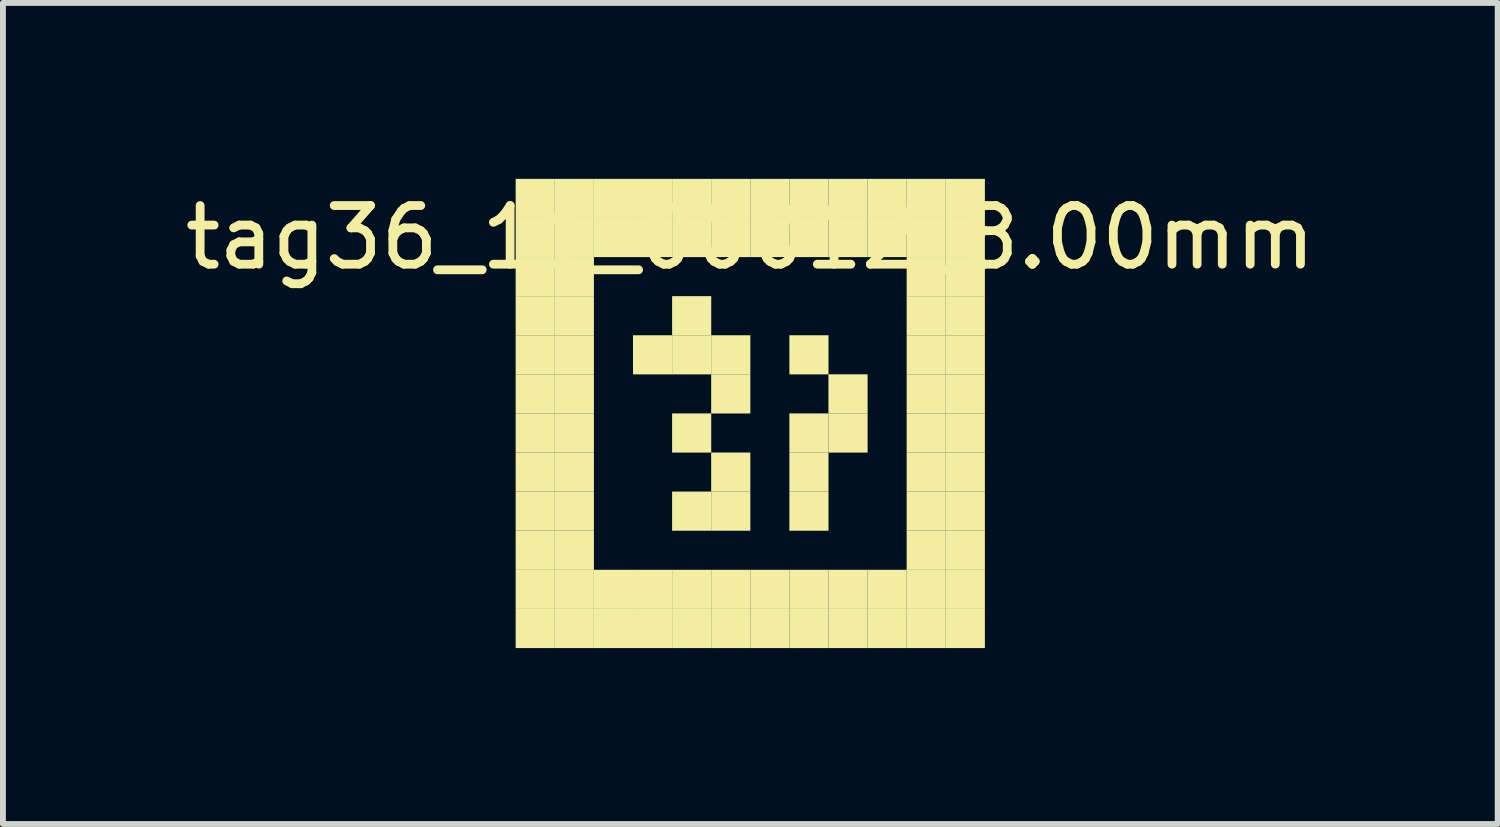
<source format=kicad_pcb>
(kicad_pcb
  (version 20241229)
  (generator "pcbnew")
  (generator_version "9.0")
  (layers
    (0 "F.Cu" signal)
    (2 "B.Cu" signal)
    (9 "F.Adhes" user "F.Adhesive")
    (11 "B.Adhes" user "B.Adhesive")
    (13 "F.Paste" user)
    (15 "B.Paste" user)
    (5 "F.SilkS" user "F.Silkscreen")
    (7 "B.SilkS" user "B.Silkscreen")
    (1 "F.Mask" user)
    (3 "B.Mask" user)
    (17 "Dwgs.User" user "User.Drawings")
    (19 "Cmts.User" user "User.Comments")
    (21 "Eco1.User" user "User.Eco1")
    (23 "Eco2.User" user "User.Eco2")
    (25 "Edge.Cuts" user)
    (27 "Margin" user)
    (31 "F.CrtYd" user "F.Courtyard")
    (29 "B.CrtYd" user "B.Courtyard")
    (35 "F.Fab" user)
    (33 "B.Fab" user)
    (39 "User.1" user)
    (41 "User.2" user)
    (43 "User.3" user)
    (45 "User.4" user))
  (footprint "tag36_11_00012_8.00mm"
    (layer "F.Cu")
    (at 9.744 4)
    (property "Reference" "tag36_11_00012_8.00mm" (at 0 -3 0) (layer "F.SilkS") (effects (font (size 1 1) (thickness 0.15))))
    (attr through_hole)
    (fp_poly (pts (xy -4 -4) (xy -3.333 -4) (xy -3.333 -3.333) (xy -4 -3.333)) (stroke (width 0.001) (type solid)) (fill yes) (layer "F.SilkS"))
    (fp_poly (pts (xy -4 -3.333) (xy -3.333 -3.333) (xy -3.333 -2.667) (xy -4 -2.667)) (stroke (width 0.001) (type solid)) (fill yes) (layer "F.SilkS"))
    (fp_poly (pts (xy -4 -2.667) (xy -3.333 -2.667) (xy -3.333 -2) (xy -4 -2)) (stroke (width 0.001) (type solid)) (fill yes) (layer "F.SilkS"))
    (fp_poly (pts (xy -4 -2) (xy -3.333 -2) (xy -3.333 -1.333) (xy -4 -1.333)) (stroke (width 0.001) (type solid)) (fill yes) (layer "F.SilkS"))
    (fp_poly (pts (xy -4 -1.333) (xy -3.333 -1.333) (xy -3.333 -0.667) (xy -4 -0.667)) (stroke (width 0.001) (type solid)) (fill yes) (layer "F.SilkS"))
    (fp_poly (pts (xy -4 -0.667) (xy -3.333 -0.667) (xy -3.333 0) (xy -4 0)) (stroke (width 0.001) (type solid)) (fill yes) (layer "F.SilkS"))
    (fp_poly (pts (xy -4 0) (xy -3.333 0) (xy -3.333 0.667) (xy -4 0.667)) (stroke (width 0.001) (type solid)) (fill yes) (layer "F.SilkS"))
    (fp_poly (pts (xy -4 0.667) (xy -3.333 0.667) (xy -3.333 1.333) (xy -4 1.333)) (stroke (width 0.001) (type solid)) (fill yes) (layer "F.SilkS"))
    (fp_poly (pts (xy -4 1.333) (xy -3.333 1.333) (xy -3.333 2) (xy -4 2)) (stroke (width 0.001) (type solid)) (fill yes) (layer "F.SilkS"))
    (fp_poly (pts (xy -4 2) (xy -3.333 2) (xy -3.333 2.667) (xy -4 2.667)) (stroke (width 0.001) (type solid)) (fill yes) (layer "F.SilkS"))
    (fp_poly (pts (xy -4 2.667) (xy -3.333 2.667) (xy -3.333 3.333) (xy -4 3.333)) (stroke (width 0.001) (type solid)) (fill yes) (layer "F.SilkS"))
    (fp_poly (pts (xy -4 3.333) (xy -3.333 3.333) (xy -3.333 4) (xy -4 4)) (stroke (width 0.001) (type solid)) (fill yes) (layer "F.SilkS"))
    (fp_poly (pts (xy -3.333 -4) (xy -2.667 -4) (xy -2.667 -3.333) (xy -3.333 -3.333)) (stroke (width 0.001) (type solid)) (fill yes) (layer "F.SilkS"))
    (fp_poly (pts (xy -3.333 -3.333) (xy -2.667 -3.333) (xy -2.667 -2.667) (xy -3.333 -2.667)) (stroke (width 0.001) (type solid)) (fill yes) (layer "F.SilkS"))
    (fp_poly (pts (xy -3.333 -2.667) (xy -2.667 -2.667) (xy -2.667 -2) (xy -3.333 -2)) (stroke (width 0.001) (type solid)) (fill yes) (layer "F.SilkS"))
    (fp_poly (pts (xy -3.333 -2) (xy -2.667 -2) (xy -2.667 -1.333) (xy -3.333 -1.333)) (stroke (width 0.001) (type solid)) (fill yes) (layer "F.SilkS"))
    (fp_poly (pts (xy -3.333 -1.333) (xy -2.667 -1.333) (xy -2.667 -0.667) (xy -3.333 -0.667)) (stroke (width 0.001) (type solid)) (fill yes) (layer "F.SilkS"))
    (fp_poly (pts (xy -3.333 -0.667) (xy -2.667 -0.667) (xy -2.667 0) (xy -3.333 0)) (stroke (width 0.001) (type solid)) (fill yes) (layer "F.SilkS"))
    (fp_poly (pts (xy -3.333 0) (xy -2.667 0) (xy -2.667 0.667) (xy -3.333 0.667)) (stroke (width 0.001) (type solid)) (fill yes) (layer "F.SilkS"))
    (fp_poly (pts (xy -3.333 0.667) (xy -2.667 0.667) (xy -2.667 1.333) (xy -3.333 1.333)) (stroke (width 0.001) (type solid)) (fill yes) (layer "F.SilkS"))
    (fp_poly (pts (xy -3.333 1.333) (xy -2.667 1.333) (xy -2.667 2) (xy -3.333 2)) (stroke (width 0.001) (type solid)) (fill yes) (layer "F.SilkS"))
    (fp_poly (pts (xy -3.333 2) (xy -2.667 2) (xy -2.667 2.667) (xy -3.333 2.667)) (stroke (width 0.001) (type solid)) (fill yes) (layer "F.SilkS"))
    (fp_poly (pts (xy -3.333 2.667) (xy -2.667 2.667) (xy -2.667 3.333) (xy -3.333 3.333)) (stroke (width 0.001) (type solid)) (fill yes) (layer "F.SilkS"))
    (fp_poly (pts (xy -3.333 3.333) (xy -2.667 3.333) (xy -2.667 4) (xy -3.333 4)) (stroke (width 0.001) (type solid)) (fill yes) (layer "F.SilkS"))
    (fp_poly (pts (xy -2.667 -4) (xy -2 -4) (xy -2 -3.333) (xy -2.667 -3.333)) (stroke (width 0.001) (type solid)) (fill yes) (layer "F.SilkS"))
    (fp_poly (pts (xy -2.667 -3.333) (xy -2 -3.333) (xy -2 -2.667) (xy -2.667 -2.667)) (stroke (width 0.001) (type solid)) (fill yes) (layer "F.SilkS"))
    (fp_poly (pts (xy -2.667 2.667) (xy -2 2.667) (xy -2 3.333) (xy -2.667 3.333)) (stroke (width 0.001) (type solid)) (fill yes) (layer "F.SilkS"))
    (fp_poly (pts (xy -2.667 3.333) (xy -2 3.333) (xy -2 4) (xy -2.667 4)) (stroke (width 0.001) (type solid)) (fill yes) (layer "F.SilkS"))
    (fp_poly (pts (xy -2 -4) (xy -1.333 -4) (xy -1.333 -3.333) (xy -2 -3.333)) (stroke (width 0.001) (type solid)) (fill yes) (layer "F.SilkS"))
    (fp_poly (pts (xy -2 -3.333) (xy -1.333 -3.333) (xy -1.333 -2.667) (xy -2 -2.667)) (stroke (width 0.001) (type solid)) (fill yes) (layer "F.SilkS"))
    (fp_poly (pts (xy -2 -1.333) (xy -1.333 -1.333) (xy -1.333 -0.667) (xy -2 -0.667)) (stroke (width 0.001) (type solid)) (fill yes) (layer "F.SilkS"))
    (fp_poly (pts (xy -2 2.667) (xy -1.333 2.667) (xy -1.333 3.333) (xy -2 3.333)) (stroke (width 0.001) (type solid)) (fill yes) (layer "F.SilkS"))
    (fp_poly (pts (xy -2 3.333) (xy -1.333 3.333) (xy -1.333 4) (xy -2 4)) (stroke (width 0.001) (type solid)) (fill yes) (layer "F.SilkS"))
    (fp_poly (pts (xy -1.333 -4) (xy -0.667 -4) (xy -0.667 -3.333) (xy -1.333 -3.333)) (stroke (width 0.001) (type solid)) (fill yes) (layer "F.SilkS"))
    (fp_poly (pts (xy -1.333 -3.333) (xy -0.667 -3.333) (xy -0.667 -2.667) (xy -1.333 -2.667)) (stroke (width 0.001) (type solid)) (fill yes) (layer "F.SilkS"))
    (fp_poly (pts (xy -1.333 -2) (xy -0.667 -2) (xy -0.667 -1.333) (xy -1.333 -1.333)) (stroke (width 0.001) (type solid)) (fill yes) (layer "F.SilkS"))
    (fp_poly (pts (xy -1.333 -1.333) (xy -0.667 -1.333) (xy -0.667 -0.667) (xy -1.333 -0.667)) (stroke (width 0.001) (type solid)) (fill yes) (layer "F.SilkS"))
    (fp_poly (pts (xy -1.333 0) (xy -0.667 0) (xy -0.667 0.667) (xy -1.333 0.667)) (stroke (width 0.001) (type solid)) (fill yes) (layer "F.SilkS"))
    (fp_poly (pts (xy -1.333 1.333) (xy -0.667 1.333) (xy -0.667 2) (xy -1.333 2)) (stroke (width 0.001) (type solid)) (fill yes) (layer "F.SilkS"))
    (fp_poly (pts (xy -1.333 2.667) (xy -0.667 2.667) (xy -0.667 3.333) (xy -1.333 3.333)) (stroke (width 0.001) (type solid)) (fill yes) (layer "F.SilkS"))
    (fp_poly (pts (xy -1.333 3.333) (xy -0.667 3.333) (xy -0.667 4) (xy -1.333 4)) (stroke (width 0.001) (type solid)) (fill yes) (layer "F.SilkS"))
    (fp_poly (pts (xy -0.667 -4) (xy 0 -4) (xy 0 -3.333) (xy -0.667 -3.333)) (stroke (width 0.001) (type solid)) (fill yes) (layer "F.SilkS"))
    (fp_poly (pts (xy -0.667 -3.333) (xy 0 -3.333) (xy 0 -2.667) (xy -0.667 -2.667)) (stroke (width 0.001) (type solid)) (fill yes) (layer "F.SilkS"))
    (fp_poly (pts (xy -0.667 -1.333) (xy 0 -1.333) (xy 0 -0.667) (xy -0.667 -0.667)) (stroke (width 0.001) (type solid)) (fill yes) (layer "F.SilkS"))
    (fp_poly (pts (xy -0.667 -0.667) (xy 0 -0.667) (xy 0 0) (xy -0.667 0)) (stroke (width 0.001) (type solid)) (fill yes) (layer "F.SilkS"))
    (fp_poly (pts (xy -0.667 0.667) (xy 0 0.667) (xy 0 1.333) (xy -0.667 1.333)) (stroke (width 0.001) (type solid)) (fill yes) (layer "F.SilkS"))
    (fp_poly (pts (xy -0.667 1.333) (xy 0 1.333) (xy 0 2) (xy -0.667 2)) (stroke (width 0.001) (type solid)) (fill yes) (layer "F.SilkS"))
    (fp_poly (pts (xy -0.667 2.667) (xy 0 2.667) (xy 0 3.333) (xy -0.667 3.333)) (stroke (width 0.001) (type solid)) (fill yes) (layer "F.SilkS"))
    (fp_poly (pts (xy -0.667 3.333) (xy 0 3.333) (xy 0 4) (xy -0.667 4)) (stroke (width 0.001) (type solid)) (fill yes) (layer "F.SilkS"))
    (fp_poly (pts (xy 0 -4) (xy 0.667 -4) (xy 0.667 -3.333) (xy 0 -3.333)) (stroke (width 0.001) (type solid)) (fill yes) (layer "F.SilkS"))
    (fp_poly (pts (xy 0 -3.333) (xy 0.667 -3.333) (xy 0.667 -2.667) (xy 0 -2.667)) (stroke (width 0.001) (type solid)) (fill yes) (layer "F.SilkS"))
    (fp_poly (pts (xy 0 2.667) (xy 0.667 2.667) (xy 0.667 3.333) (xy 0 3.333)) (stroke (width 0.001) (type solid)) (fill yes) (layer "F.SilkS"))
    (fp_poly (pts (xy 0 3.333) (xy 0.667 3.333) (xy 0.667 4) (xy 0 4)) (stroke (width 0.001) (type solid)) (fill yes) (layer "F.SilkS"))
    (fp_poly (pts (xy 0.667 -4) (xy 1.333 -4) (xy 1.333 -3.333) (xy 0.667 -3.333)) (stroke (width 0.001) (type solid)) (fill yes) (layer "F.SilkS"))
    (fp_poly (pts (xy 0.667 -3.333) (xy 1.333 -3.333) (xy 1.333 -2.667) (xy 0.667 -2.667)) (stroke (width 0.001) (type solid)) (fill yes) (layer "F.SilkS"))
    (fp_poly (pts (xy 0.667 -1.333) (xy 1.333 -1.333) (xy 1.333 -0.667) (xy 0.667 -0.667)) (stroke (width 0.001) (type solid)) (fill yes) (layer "F.SilkS"))
    (fp_poly (pts (xy 0.667 0) (xy 1.333 0) (xy 1.333 0.667) (xy 0.667 0.667)) (stroke (width 0.001) (type solid)) (fill yes) (layer "F.SilkS"))
    (fp_poly (pts (xy 0.667 0.667) (xy 1.333 0.667) (xy 1.333 1.333) (xy 0.667 1.333)) (stroke (width 0.001) (type solid)) (fill yes) (layer "F.SilkS"))
    (fp_poly (pts (xy 0.667 1.333) (xy 1.333 1.333) (xy 1.333 2) (xy 0.667 2)) (stroke (width 0.001) (type solid)) (fill yes) (layer "F.SilkS"))
    (fp_poly (pts (xy 0.667 2.667) (xy 1.333 2.667) (xy 1.333 3.333) (xy 0.667 3.333)) (stroke (width 0.001) (type solid)) (fill yes) (layer "F.SilkS"))
    (fp_poly (pts (xy 0.667 3.333) (xy 1.333 3.333) (xy 1.333 4) (xy 0.667 4)) (stroke (width 0.001) (type solid)) (fill yes) (layer "F.SilkS"))
    (fp_poly (pts (xy 1.333 -4) (xy 2 -4) (xy 2 -3.333) (xy 1.333 -3.333)) (stroke (width 0.001) (type solid)) (fill yes) (layer "F.SilkS"))
    (fp_poly (pts (xy 1.333 -3.333) (xy 2 -3.333) (xy 2 -2.667) (xy 1.333 -2.667)) (stroke (width 0.001) (type solid)) (fill yes) (layer "F.SilkS"))
    (fp_poly (pts (xy 1.333 -0.667) (xy 2 -0.667) (xy 2 0) (xy 1.333 0)) (stroke (width 0.001) (type solid)) (fill yes) (layer "F.SilkS"))
    (fp_poly (pts (xy 1.333 0) (xy 2 0) (xy 2 0.667) (xy 1.333 0.667)) (stroke (width 0.001) (type solid)) (fill yes) (layer "F.SilkS"))
    (fp_poly (pts (xy 1.333 2.667) (xy 2 2.667) (xy 2 3.333) (xy 1.333 3.333)) (stroke (width 0.001) (type solid)) (fill yes) (layer "F.SilkS"))
    (fp_poly (pts (xy 1.333 3.333) (xy 2 3.333) (xy 2 4) (xy 1.333 4)) (stroke (width 0.001) (type solid)) (fill yes) (layer "F.SilkS"))
    (fp_poly (pts (xy 2 -4) (xy 2.667 -4) (xy 2.667 -3.333) (xy 2 -3.333)) (stroke (width 0.001) (type solid)) (fill yes) (layer "F.SilkS"))
    (fp_poly (pts (xy 2 -3.333) (xy 2.667 -3.333) (xy 2.667 -2.667) (xy 2 -2.667)) (stroke (width 0.001) (type solid)) (fill yes) (layer "F.SilkS"))
    (fp_poly (pts (xy 2 2.667) (xy 2.667 2.667) (xy 2.667 3.333) (xy 2 3.333)) (stroke (width 0.001) (type solid)) (fill yes) (layer "F.SilkS"))
    (fp_poly (pts (xy 2 3.333) (xy 2.667 3.333) (xy 2.667 4) (xy 2 4)) (stroke (width 0.001) (type solid)) (fill yes) (layer "F.SilkS"))
    (fp_poly (pts (xy 2.667 -4) (xy 3.333 -4) (xy 3.333 -3.333) (xy 2.667 -3.333)) (stroke (width 0.001) (type solid)) (fill yes) (layer "F.SilkS"))
    (fp_poly (pts (xy 2.667 -3.333) (xy 3.333 -3.333) (xy 3.333 -2.667) (xy 2.667 -2.667)) (stroke (width 0.001) (type solid)) (fill yes) (layer "F.SilkS"))
    (fp_poly (pts (xy 2.667 -2.667) (xy 3.333 -2.667) (xy 3.333 -2) (xy 2.667 -2)) (stroke (width 0.001) (type solid)) (fill yes) (layer "F.SilkS"))
    (fp_poly (pts (xy 2.667 -2) (xy 3.333 -2) (xy 3.333 -1.333) (xy 2.667 -1.333)) (stroke (width 0.001) (type solid)) (fill yes) (layer "F.SilkS"))
    (fp_poly (pts (xy 2.667 -1.333) (xy 3.333 -1.333) (xy 3.333 -0.667) (xy 2.667 -0.667)) (stroke (width 0.001) (type solid)) (fill yes) (layer "F.SilkS"))
    (fp_poly (pts (xy 2.667 -0.667) (xy 3.333 -0.667) (xy 3.333 0) (xy 2.667 0)) (stroke (width 0.001) (type solid)) (fill yes) (layer "F.SilkS"))
    (fp_poly (pts (xy 2.667 0) (xy 3.333 0) (xy 3.333 0.667) (xy 2.667 0.667)) (stroke (width 0.001) (type solid)) (fill yes) (layer "F.SilkS"))
    (fp_poly (pts (xy 2.667 0.667) (xy 3.333 0.667) (xy 3.333 1.333) (xy 2.667 1.333)) (stroke (width 0.001) (type solid)) (fill yes) (layer "F.SilkS"))
    (fp_poly (pts (xy 2.667 1.333) (xy 3.333 1.333) (xy 3.333 2) (xy 2.667 2)) (stroke (width 0.001) (type solid)) (fill yes) (layer "F.SilkS"))
    (fp_poly (pts (xy 2.667 2) (xy 3.333 2) (xy 3.333 2.667) (xy 2.667 2.667)) (stroke (width 0.001) (type solid)) (fill yes) (layer "F.SilkS"))
    (fp_poly (pts (xy 2.667 2.667) (xy 3.333 2.667) (xy 3.333 3.333) (xy 2.667 3.333)) (stroke (width 0.001) (type solid)) (fill yes) (layer "F.SilkS"))
    (fp_poly (pts (xy 2.667 3.333) (xy 3.333 3.333) (xy 3.333 4) (xy 2.667 4)) (stroke (width 0.001) (type solid)) (fill yes) (layer "F.SilkS"))
    (fp_poly (pts (xy 3.333 -4) (xy 4 -4) (xy 4 -3.333) (xy 3.333 -3.333)) (stroke (width 0.001) (type solid)) (fill yes) (layer "F.SilkS"))
    (fp_poly (pts (xy 3.333 -3.333) (xy 4 -3.333) (xy 4 -2.667) (xy 3.333 -2.667)) (stroke (width 0.001) (type solid)) (fill yes) (layer "F.SilkS"))
    (fp_poly (pts (xy 3.333 -2.667) (xy 4 -2.667) (xy 4 -2) (xy 3.333 -2)) (stroke (width 0.001) (type solid)) (fill yes) (layer "F.SilkS"))
    (fp_poly (pts (xy 3.333 -2) (xy 4 -2) (xy 4 -1.333) (xy 3.333 -1.333)) (stroke (width 0.001) (type solid)) (fill yes) (layer "F.SilkS"))
    (fp_poly (pts (xy 3.333 -1.333) (xy 4 -1.333) (xy 4 -0.667) (xy 3.333 -0.667)) (stroke (width 0.001) (type solid)) (fill yes) (layer "F.SilkS"))
    (fp_poly (pts (xy 3.333 -0.667) (xy 4 -0.667) (xy 4 0) (xy 3.333 0)) (stroke (width 0.001) (type solid)) (fill yes) (layer "F.SilkS"))
    (fp_poly (pts (xy 3.333 0) (xy 4 0) (xy 4 0.667) (xy 3.333 0.667)) (stroke (width 0.001) (type solid)) (fill yes) (layer "F.SilkS"))
    (fp_poly (pts (xy 3.333 0.667) (xy 4 0.667) (xy 4 1.333) (xy 3.333 1.333)) (stroke (width 0.001) (type solid)) (fill yes) (layer "F.SilkS"))
    (fp_poly (pts (xy 3.333 1.333) (xy 4 1.333) (xy 4 2) (xy 3.333 2)) (stroke (width 0.001) (type solid)) (fill yes) (layer "F.SilkS"))
    (fp_poly (pts (xy 3.333 2) (xy 4 2) (xy 4 2.667) (xy 3.333 2.667)) (stroke (width 0.001) (type solid)) (fill yes) (layer "F.SilkS"))
    (fp_poly (pts (xy 3.333 2.667) (xy 4 2.667) (xy 4 3.333) (xy 3.333 3.333)) (stroke (width 0.001) (type solid)) (fill yes) (layer "F.SilkS"))
    (fp_poly (pts (xy 3.333 3.333) (xy 4 3.333) (xy 4 4) (xy 3.333 4)) (stroke (width 0.001) (type solid)) (fill yes) (layer "F.SilkS")))
  (gr_rect
    (start -3 -3)
    (end 22.488 11.001)
    (stroke (width 0.1) (type default))
    (fill no)
    (layer "Edge.Cuts")))
</source>
